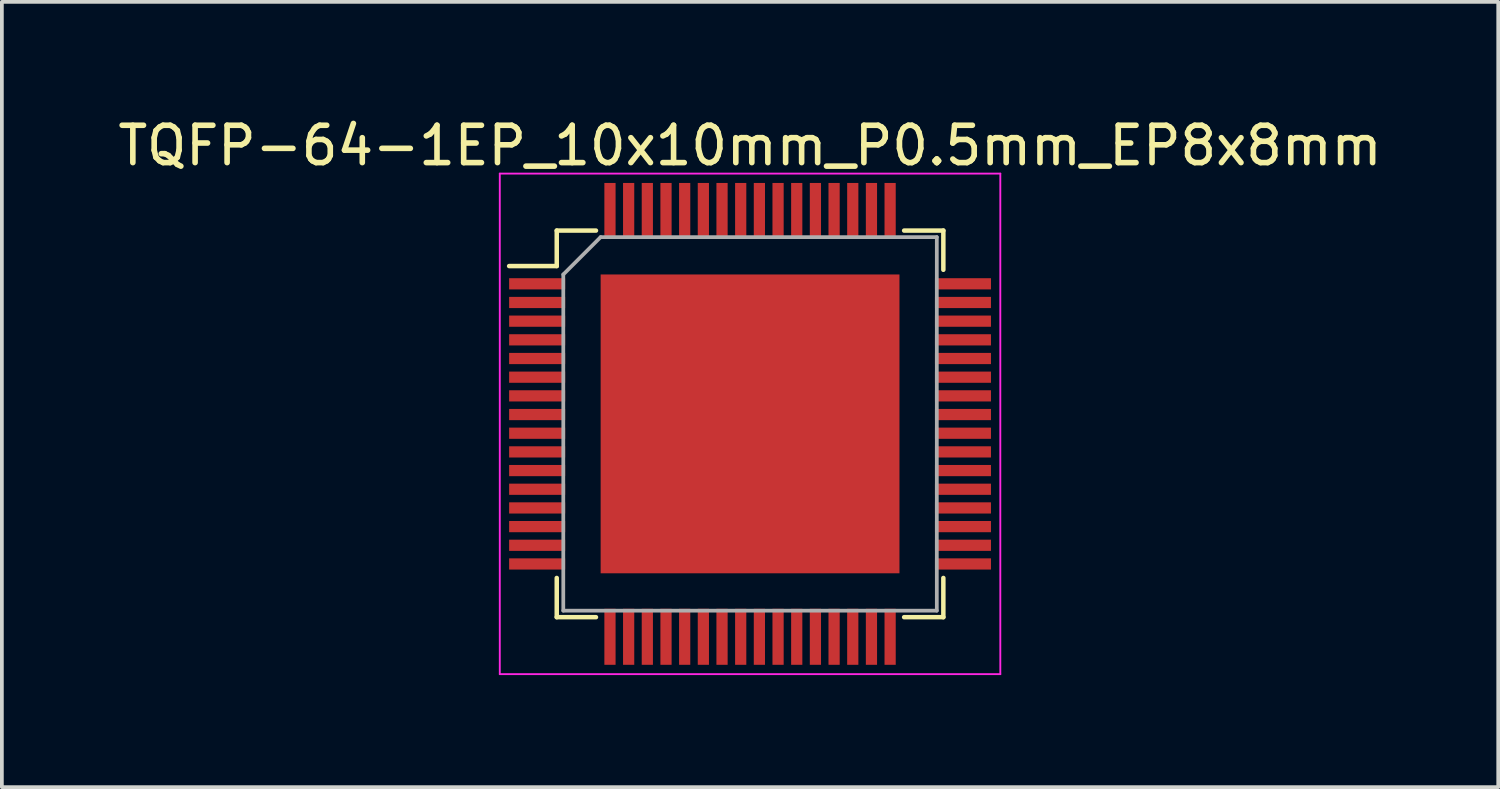
<source format=kicad_pcb>
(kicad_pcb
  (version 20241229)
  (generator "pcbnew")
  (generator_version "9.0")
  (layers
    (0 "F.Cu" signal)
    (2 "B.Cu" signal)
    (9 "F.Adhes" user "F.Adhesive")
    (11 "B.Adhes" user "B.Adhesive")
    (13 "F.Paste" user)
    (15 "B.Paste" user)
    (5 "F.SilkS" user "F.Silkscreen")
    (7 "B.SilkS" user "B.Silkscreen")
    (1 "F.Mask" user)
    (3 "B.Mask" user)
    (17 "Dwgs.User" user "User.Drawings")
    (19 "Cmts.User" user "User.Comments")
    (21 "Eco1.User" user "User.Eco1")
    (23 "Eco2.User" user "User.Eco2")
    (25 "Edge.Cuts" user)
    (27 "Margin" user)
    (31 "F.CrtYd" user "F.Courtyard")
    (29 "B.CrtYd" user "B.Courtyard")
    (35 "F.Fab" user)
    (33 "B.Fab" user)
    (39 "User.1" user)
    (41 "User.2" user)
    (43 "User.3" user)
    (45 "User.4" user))
  (footprint "TQFP-64-1EP_10x10mm_P0.5mm_EP8x8mm"
    (layer "F.Cu")
    (at 17.03 8.298)
    (property "Reference" "TQFP-64-1EP_10x10mm_P0.5mm_EP8x8mm" (at 0 -7.45 0) (layer "F.SilkS") (effects (font (size 1 1) (thickness 0.15))))
    (attr smd)
    (fp_line (start -5.175 -5.175) (end -5.175 -4.225) (stroke (width 0.12) (type solid)) (layer "F.SilkS"))
    (fp_line (start -5.175 -5.175) (end -4.125 -5.175) (stroke (width 0.12) (type solid)) (layer "F.SilkS"))
    (fp_line (start -5.175 -4.225) (end -6.45 -4.225) (stroke (width 0.12) (type solid)) (layer "F.SilkS"))
    (fp_line (start -5.175 5.175) (end -5.175 4.125) (stroke (width 0.12) (type solid)) (layer "F.SilkS"))
    (fp_line (start -5.175 5.175) (end -4.125 5.175) (stroke (width 0.12) (type solid)) (layer "F.SilkS"))
    (fp_line (start 5.175 -5.175) (end 4.125 -5.175) (stroke (width 0.12) (type solid)) (layer "F.SilkS"))
    (fp_line (start 5.175 -5.175) (end 5.175 -4.125) (stroke (width 0.12) (type solid)) (layer "F.SilkS"))
    (fp_line (start 5.175 5.175) (end 4.125 5.175) (stroke (width 0.12) (type solid)) (layer "F.SilkS"))
    (fp_line (start 5.175 5.175) (end 5.175 4.125) (stroke (width 0.12) (type solid)) (layer "F.SilkS"))
    (fp_line (start -6.7 -6.7) (end -6.7 6.7) (stroke (width 0.05) (type solid)) (layer "F.CrtYd"))
    (fp_line (start -6.7 -6.7) (end 6.7 -6.7) (stroke (width 0.05) (type solid)) (layer "F.CrtYd"))
    (fp_line (start -6.7 6.7) (end 6.7 6.7) (stroke (width 0.05) (type solid)) (layer "F.CrtYd"))
    (fp_line (start 6.7 -6.7) (end 6.7 6.7) (stroke (width 0.05) (type solid)) (layer "F.CrtYd"))
    (fp_line (start -5 -4) (end -4 -5) (stroke (width 0.1) (type solid)) (layer "F.Fab"))
    (fp_line (start -5 5) (end -5 -4) (stroke (width 0.1) (type solid)) (layer "F.Fab"))
    (fp_line (start -4 -5) (end 5 -5) (stroke (width 0.1) (type solid)) (layer "F.Fab"))
    (fp_line (start 5 -5) (end 5 5) (stroke (width 0.1) (type solid)) (layer "F.Fab"))
    (fp_line (start 5 5) (end -5 5) (stroke (width 0.1) (type solid)) (layer "F.Fab"))
    (pad "1" smd rect (at -5.7 -3.75) (size 1.5 0.3) (layers "F.Cu" "F.Mask" "F.Paste"))
    (pad "2" smd rect (at -5.7 -3.25) (size 1.5 0.3) (layers "F.Cu" "F.Mask" "F.Paste"))
    (pad "3" smd rect (at -5.7 -2.75) (size 1.5 0.3) (layers "F.Cu" "F.Mask" "F.Paste"))
    (pad "4" smd rect (at -5.7 -2.25) (size 1.5 0.3) (layers "F.Cu" "F.Mask" "F.Paste"))
    (pad "5" smd rect (at -5.7 -1.75) (size 1.5 0.3) (layers "F.Cu" "F.Mask" "F.Paste"))
    (pad "6" smd rect (at -5.7 -1.25) (size 1.5 0.3) (layers "F.Cu" "F.Mask" "F.Paste"))
    (pad "7" smd rect (at -5.7 -0.75) (size 1.5 0.3) (layers "F.Cu" "F.Mask" "F.Paste"))
    (pad "8" smd rect (at -5.7 -0.25) (size 1.5 0.3) (layers "F.Cu" "F.Mask" "F.Paste"))
    (pad "9" smd rect (at -5.7 0.25) (size 1.5 0.3) (layers "F.Cu" "F.Mask" "F.Paste"))
    (pad "10" smd rect (at -5.7 0.75) (size 1.5 0.3) (layers "F.Cu" "F.Mask" "F.Paste"))
    (pad "11" smd rect (at -5.7 1.25) (size 1.5 0.3) (layers "F.Cu" "F.Mask" "F.Paste"))
    (pad "12" smd rect (at -5.7 1.75) (size 1.5 0.3) (layers "F.Cu" "F.Mask" "F.Paste"))
    (pad "13" smd rect (at -5.7 2.25) (size 1.5 0.3) (layers "F.Cu" "F.Mask" "F.Paste"))
    (pad "14" smd rect (at -5.7 2.75) (size 1.5 0.3) (layers "F.Cu" "F.Mask" "F.Paste"))
    (pad "15" smd rect (at -5.7 3.25) (size 1.5 0.3) (layers "F.Cu" "F.Mask" "F.Paste"))
    (pad "16" smd rect (at -5.7 3.75) (size 1.5 0.3) (layers "F.Cu" "F.Mask" "F.Paste"))
    (pad "17" smd rect (at -3.75 5.7 90) (size 1.5 0.3) (layers "F.Cu" "F.Mask" "F.Paste"))
    (pad "18" smd rect (at -3.25 5.7 90) (size 1.5 0.3) (layers "F.Cu" "F.Mask" "F.Paste"))
    (pad "19" smd rect (at -2.75 5.7 90) (size 1.5 0.3) (layers "F.Cu" "F.Mask" "F.Paste"))
    (pad "20" smd rect (at -2.25 5.7 90) (size 1.5 0.3) (layers "F.Cu" "F.Mask" "F.Paste"))
    (pad "21" smd rect (at -1.75 5.7 90) (size 1.5 0.3) (layers "F.Cu" "F.Mask" "F.Paste"))
    (pad "22" smd rect (at -1.25 5.7 90) (size 1.5 0.3) (layers "F.Cu" "F.Mask" "F.Paste"))
    (pad "23" smd rect (at -0.75 5.7 90) (size 1.5 0.3) (layers "F.Cu" "F.Mask" "F.Paste"))
    (pad "24" smd rect (at -0.25 5.7 90) (size 1.5 0.3) (layers "F.Cu" "F.Mask" "F.Paste"))
    (pad "25" smd rect (at 0.25 5.7 90) (size 1.5 0.3) (layers "F.Cu" "F.Mask" "F.Paste"))
    (pad "26" smd rect (at 0.75 5.7 90) (size 1.5 0.3) (layers "F.Cu" "F.Mask" "F.Paste"))
    (pad "27" smd rect (at 1.25 5.7 90) (size 1.5 0.3) (layers "F.Cu" "F.Mask" "F.Paste"))
    (pad "28" smd rect (at 1.75 5.7 90) (size 1.5 0.3) (layers "F.Cu" "F.Mask" "F.Paste"))
    (pad "29" smd rect (at 2.25 5.7 90) (size 1.5 0.3) (layers "F.Cu" "F.Mask" "F.Paste"))
    (pad "30" smd rect (at 2.75 5.7 90) (size 1.5 0.3) (layers "F.Cu" "F.Mask" "F.Paste"))
    (pad "31" smd rect (at 3.25 5.7 90) (size 1.5 0.3) (layers "F.Cu" "F.Mask" "F.Paste"))
    (pad "32" smd rect (at 3.75 5.7 90) (size 1.5 0.3) (layers "F.Cu" "F.Mask" "F.Paste"))
    (pad "33" smd rect (at 5.7 3.75) (size 1.5 0.3) (layers "F.Cu" "F.Mask" "F.Paste"))
    (pad "34" smd rect (at 5.7 3.25) (size 1.5 0.3) (layers "F.Cu" "F.Mask" "F.Paste"))
    (pad "35" smd rect (at 5.7 2.75) (size 1.5 0.3) (layers "F.Cu" "F.Mask" "F.Paste"))
    (pad "36" smd rect (at 5.7 2.25) (size 1.5 0.3) (layers "F.Cu" "F.Mask" "F.Paste"))
    (pad "37" smd rect (at 5.7 1.75) (size 1.5 0.3) (layers "F.Cu" "F.Mask" "F.Paste"))
    (pad "38" smd rect (at 5.7 1.25) (size 1.5 0.3) (layers "F.Cu" "F.Mask" "F.Paste"))
    (pad "39" smd rect (at 5.7 0.75) (size 1.5 0.3) (layers "F.Cu" "F.Mask" "F.Paste"))
    (pad "40" smd rect (at 5.7 0.25) (size 1.5 0.3) (layers "F.Cu" "F.Mask" "F.Paste"))
    (pad "41" smd rect (at 5.7 -0.25) (size 1.5 0.3) (layers "F.Cu" "F.Mask" "F.Paste"))
    (pad "42" smd rect (at 5.7 -0.75) (size 1.5 0.3) (layers "F.Cu" "F.Mask" "F.Paste"))
    (pad "43" smd rect (at 5.7 -1.25) (size 1.5 0.3) (layers "F.Cu" "F.Mask" "F.Paste"))
    (pad "44" smd rect (at 5.7 -1.75) (size 1.5 0.3) (layers "F.Cu" "F.Mask" "F.Paste"))
    (pad "45" smd rect (at 5.7 -2.25) (size 1.5 0.3) (layers "F.Cu" "F.Mask" "F.Paste"))
    (pad "46" smd rect (at 5.7 -2.75) (size 1.5 0.3) (layers "F.Cu" "F.Mask" "F.Paste"))
    (pad "47" smd rect (at 5.7 -3.25) (size 1.5 0.3) (layers "F.Cu" "F.Mask" "F.Paste"))
    (pad "48" smd rect (at 5.7 -3.75) (size 1.5 0.3) (layers "F.Cu" "F.Mask" "F.Paste"))
    (pad "49" smd rect (at 3.75 -5.7 90) (size 1.5 0.3) (layers "F.Cu" "F.Mask" "F.Paste"))
    (pad "50" smd rect (at 3.25 -5.7 90) (size 1.5 0.3) (layers "F.Cu" "F.Mask" "F.Paste"))
    (pad "51" smd rect (at 2.75 -5.7 90) (size 1.5 0.3) (layers "F.Cu" "F.Mask" "F.Paste"))
    (pad "52" smd rect (at 2.25 -5.7 90) (size 1.5 0.3) (layers "F.Cu" "F.Mask" "F.Paste"))
    (pad "53" smd rect (at 1.75 -5.7 90) (size 1.5 0.3) (layers "F.Cu" "F.Mask" "F.Paste"))
    (pad "54" smd rect (at 1.25 -5.7 90) (size 1.5 0.3) (layers "F.Cu" "F.Mask" "F.Paste"))
    (pad "55" smd rect (at 0.75 -5.7 90) (size 1.5 0.3) (layers "F.Cu" "F.Mask" "F.Paste"))
    (pad "56" smd rect (at 0.25 -5.7 90) (size 1.5 0.3) (layers "F.Cu" "F.Mask" "F.Paste"))
    (pad "57" smd rect (at -0.25 -5.7 90) (size 1.5 0.3) (layers "F.Cu" "F.Mask" "F.Paste"))
    (pad "58" smd rect (at -0.75 -5.7 90) (size 1.5 0.3) (layers "F.Cu" "F.Mask" "F.Paste"))
    (pad "59" smd rect (at -1.25 -5.7 90) (size 1.5 0.3) (layers "F.Cu" "F.Mask" "F.Paste"))
    (pad "60" smd rect (at -1.75 -5.7 90) (size 1.5 0.3) (layers "F.Cu" "F.Mask" "F.Paste"))
    (pad "61" smd rect (at -2.25 -5.7 90) (size 1.5 0.3) (layers "F.Cu" "F.Mask" "F.Paste"))
    (pad "62" smd rect (at -2.75 -5.7 90) (size 1.5 0.3) (layers "F.Cu" "F.Mask" "F.Paste"))
    (pad "63" smd rect (at -3.25 -5.7 90) (size 1.5 0.3) (layers "F.Cu" "F.Mask" "F.Paste"))
    (pad "64" smd rect (at -3.75 -5.7 90) (size 1.5 0.3) (layers "F.Cu" "F.Mask" "F.Paste"))
    (pad "65" smd rect (at 0 0) (size 8 8) (layers "F.Cu" "F.Mask")))
  (gr_rect
    (start -3 -3)
    (end 37.06 18.023)
    (stroke (width 0.1) (type default))
    (fill no)
    (layer "Edge.Cuts")))
</source>
